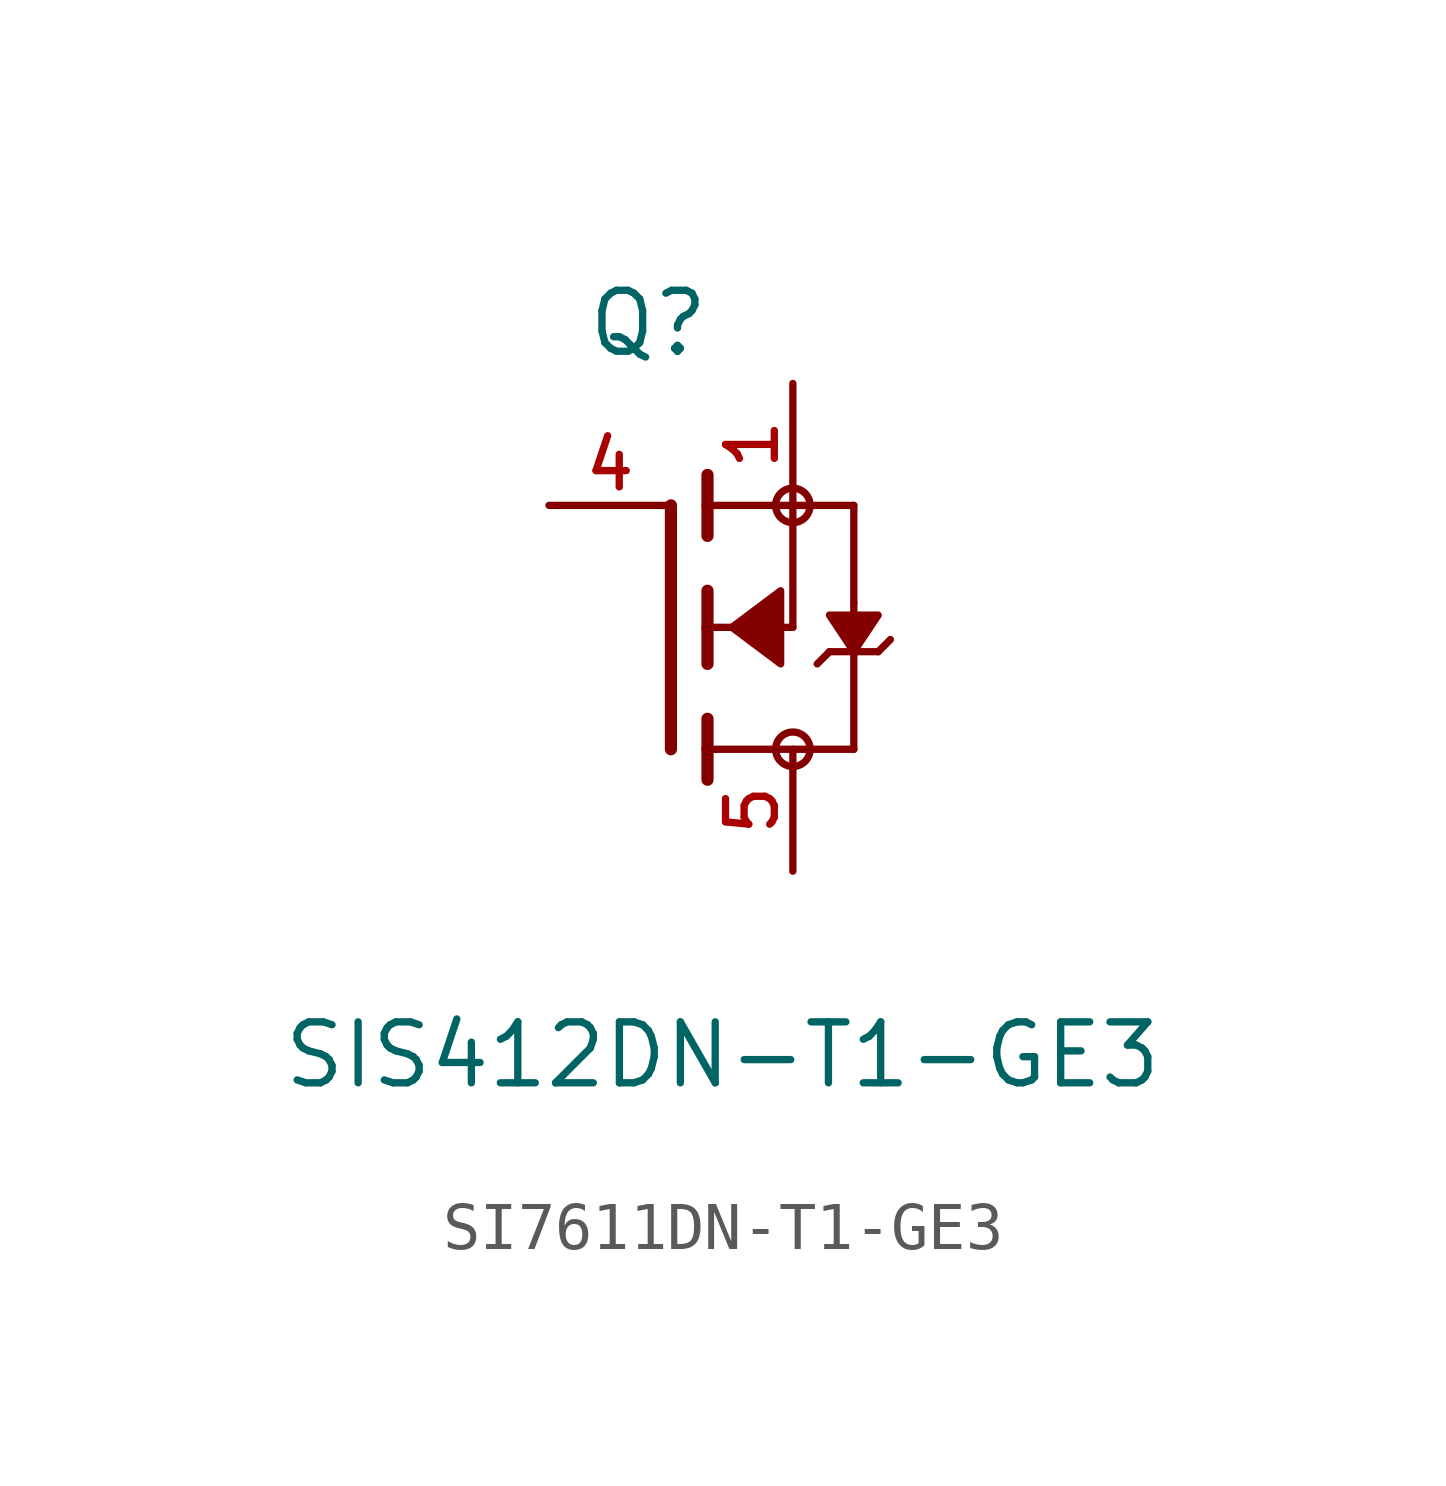
<source format=kicad_sym>
(kicad_symbol_lib
  (version 20231120)
  (generator "kicad_symbol_editor")
  (generator_version "8.0")
  (symbol "SI7611DN-T1-GE3"
    (pin_names
      (offset 1.016))
    (property "Reference" "Q"
      (at -1.778 5.588 0)
      (effects (font (size 1.27 1.27)) (justify left bottom)))
    (property "Value" "SIS412DN-T1-GE3"
      (at -8.128 -9.652 0)
      (effects (font (size 1.27 1.27)) (justify left bottom)))
    (symbol "SI7611DN-T1-GE3_0_0"
      (polyline (pts (xy 0 -2.54) (xy 0 2.54)) (stroke (width 0.254) (type default)) (fill (type none)))
      (polyline (pts (xy 0.762 -3.175) (xy 0.762 -2.54)) (stroke (width 0.254) (type default)) (fill (type none)))
      (polyline (pts (xy 0.762 -2.54) (xy 0.762 -1.905)) (stroke (width 0.254) (type default)) (fill (type none)))
      (polyline (pts (xy 0.762 -2.54) (xy 3.81 -2.54)) (stroke (width 0.152) (type default)) (fill (type none)))
      (polyline (pts (xy 0.762 -0.762) (xy 0.762 0)) (stroke (width 0.254) (type default)) (fill (type none)))
      (polyline (pts (xy 0.762 0) (xy 0.762 0.762)) (stroke (width 0.254) (type default)) (fill (type none)))
      (polyline (pts (xy 0.762 0) (xy 2.54 0)) (stroke (width 0.152) (type default)) (fill (type none)))
      (polyline (pts (xy 0.762 1.905) (xy 0.762 2.54)) (stroke (width 0.254) (type default)) (fill (type none)))
      (polyline (pts (xy 0.762 2.54) (xy 0.762 3.175)) (stroke (width 0.254) (type default)) (fill (type none)))
      (polyline (pts (xy 2.54 0) (xy 2.54 2.54)) (stroke (width 0.152) (type default)) (fill (type none)))
      (polyline (pts (xy 2.54 2.54) (xy 0.762 2.54)) (stroke (width 0.152) (type default)) (fill (type none)))
      (polyline (pts (xy 2.54 2.54) (xy 3.81 2.54)) (stroke (width 0.152) (type default)) (fill (type none)))
      (polyline (pts (xy 3.048 -0.762) (xy 3.302 -0.508)) (stroke (width 0.152) (type default)) (fill (type none)))
      (polyline (pts (xy 3.302 -0.508) (xy 3.81 -0.508)) (stroke (width 0.152) (type default)) (fill (type none)))
      (polyline (pts (xy 3.81 -2.54) (xy 3.81 0.508)) (stroke (width 0.152) (type default)) (fill (type none)))
      (polyline (pts (xy 3.81 -0.508) (xy 4.318 -0.508)) (stroke (width 0.152) (type default)) (fill (type none)))
      (polyline (pts (xy 3.81 0.508) (xy 3.81 2.54)) (stroke (width 0.152) (type default)) (fill (type none)))
      (polyline (pts (xy 4.318 -0.508) (xy 4.572 -0.254)) (stroke (width 0.152) (type default)) (fill (type none)))
      (polyline (pts (xy 1.27 0) (xy 2.286 0.762) (xy 2.286 -0.762) (xy 1.27 0)) (stroke (width 0.152) (type default)) (fill (type outline)))
      (polyline (pts (xy 3.81 -0.508) (xy 4.318 0.254) (xy 3.302 0.254) (xy 3.81 -0.508)) (stroke (width 0.152) (type default)) (fill (type outline)))
      (circle (center 2.54 -2.54) (radius 0.359) (stroke (width 0) (type default)) (fill (type none)))
      (circle (center 2.54 2.54) (radius 0.359) (stroke (width 0) (type default)) (fill (type none)))
      (pin passive line (at 2.54 5.08 270) (length 2.54) (name "~" (effects (font (size 1.016 1.016)))) (number "1" (effects (font (size 1.016 1.016)))))
      (pin passive line (at -2.54 2.54 0) (length 2.54) (name "~" (effects (font (size 1.016 1.016)))) (number "4" (effects (font (size 1.016 1.016)))))
      (pin passive line (at 2.54 -5.08 90) (length 2.54) (name "~" (effects (font (size 1.016 1.016)))) (number "5" (effects (font (size 1.016 1.016))))))
    (symbol "SI7611DN-T1-GE3_1_0"
      (pin passive line (at 2.54 5.08 270) (length 2.54) hide (name "~" (effects (font (size 1.016 1.016)))) (number "2" (effects (font (size 1.016 1.016)))))
      (pin passive line (at 2.54 5.08 270) (length 2.54) hide (name "~" (effects (font (size 1.016 1.016)))) (number "3" (effects (font (size 1.016 1.016)))))
      (pin passive line (at 2.54 -5.08 90) (length 2.54) hide (name "~" (effects (font (size 1.016 1.016)))) (number "6" (effects (font (size 1.016 1.016)))))
      (pin passive line (at 2.54 -5.08 90) (length 2.54) hide (name "~" (effects (font (size 1.016 1.016)))) (number "7" (effects (font (size 1.016 1.016)))))
      (pin passive line (at 2.54 -5.08 90) (length 2.54) hide (name "~" (effects (font (size 1.016 1.016)))) (number "8" (effects (font (size 1.016 1.016)))))
      (pin passive line (at 2.54 -5.08 90) (length 2.54) hide (name "~" (effects (font (size 1.016 1.016)))) (number "9" (effects (font (size 1.016 1.016))))))))
</source>
